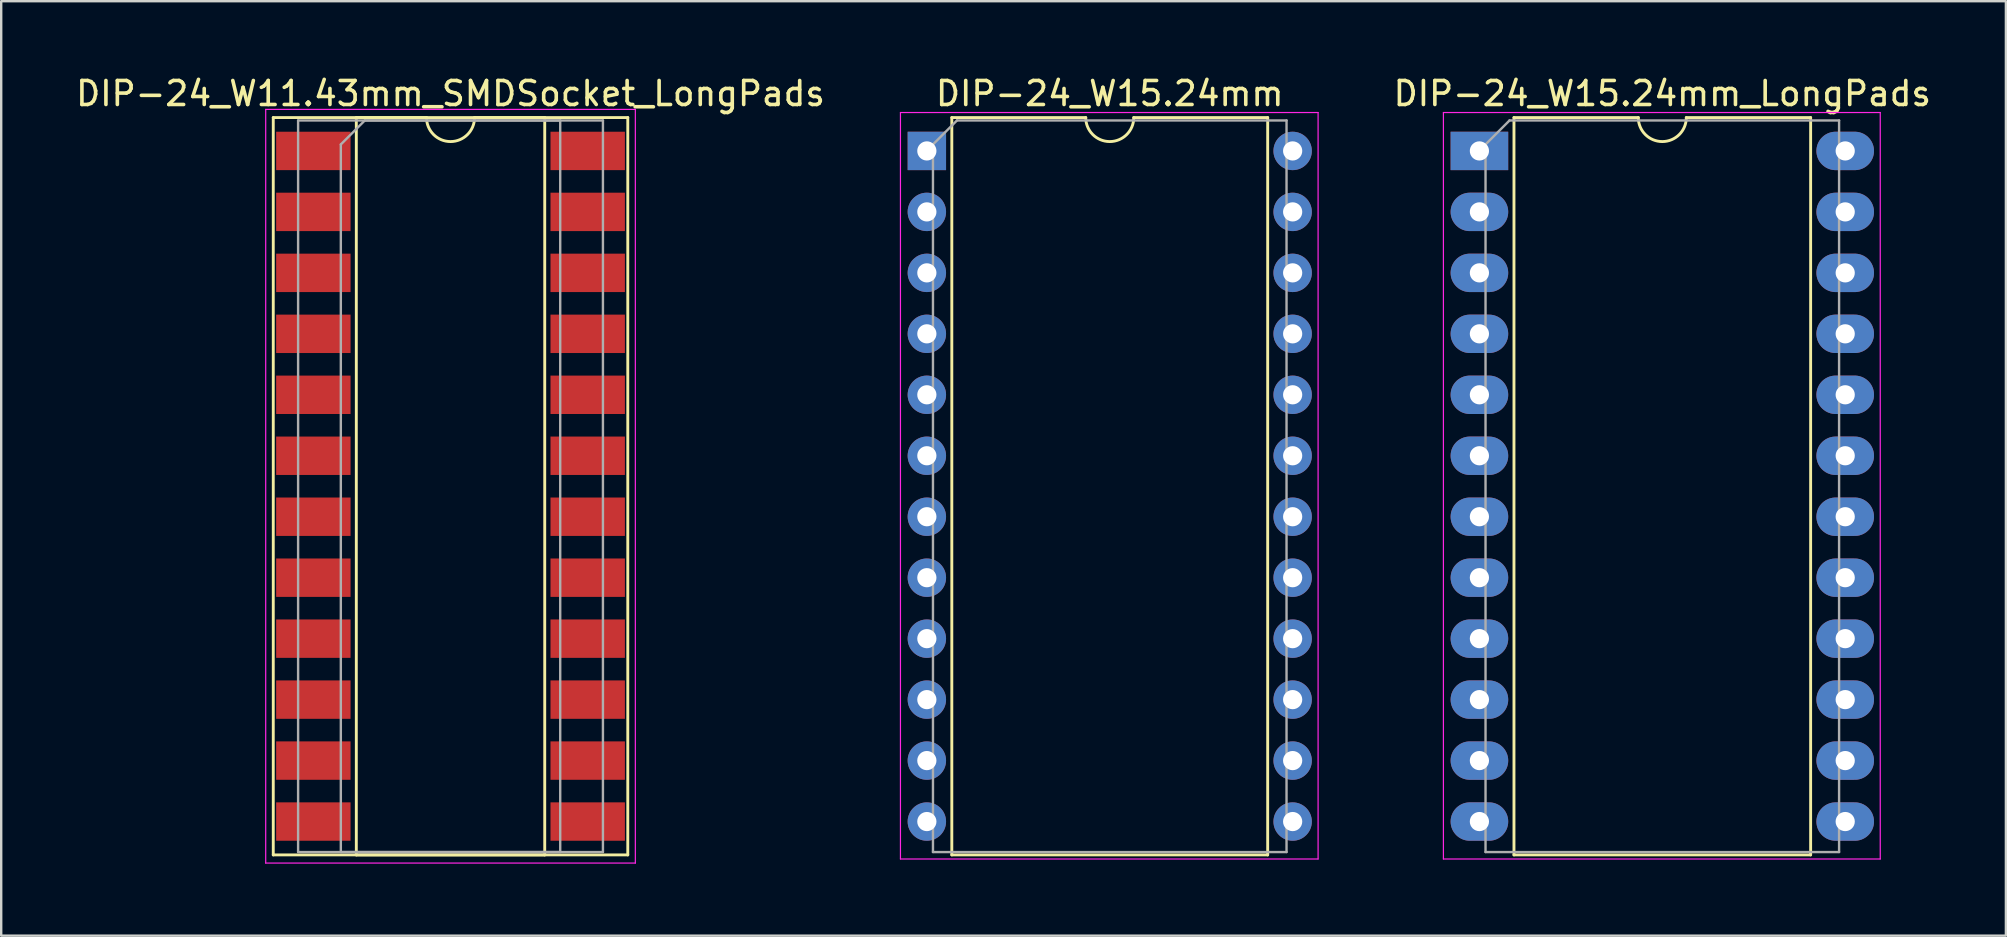
<source format=kicad_pcb>
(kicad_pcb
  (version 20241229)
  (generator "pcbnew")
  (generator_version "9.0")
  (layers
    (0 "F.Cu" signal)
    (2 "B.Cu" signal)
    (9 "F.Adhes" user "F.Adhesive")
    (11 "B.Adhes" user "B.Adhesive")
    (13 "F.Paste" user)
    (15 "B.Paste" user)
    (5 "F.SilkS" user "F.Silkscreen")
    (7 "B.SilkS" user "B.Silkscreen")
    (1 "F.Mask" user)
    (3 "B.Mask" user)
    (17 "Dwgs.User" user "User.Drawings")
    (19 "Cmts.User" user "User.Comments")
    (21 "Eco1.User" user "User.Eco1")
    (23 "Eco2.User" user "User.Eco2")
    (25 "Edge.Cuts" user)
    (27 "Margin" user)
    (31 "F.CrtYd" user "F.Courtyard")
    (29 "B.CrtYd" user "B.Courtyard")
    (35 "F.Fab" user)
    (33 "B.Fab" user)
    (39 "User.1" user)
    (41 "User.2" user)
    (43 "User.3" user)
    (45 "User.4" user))
  (footprint "DIP-24_W15.24mm"
    (layer "F.Cu")
    (at 35.565 3.238)
    (property "Reference" "DIP-24_W15.24mm" (at 7.62 -2.39 0) (layer "F.SilkS") (effects (font (size 1 1) (thickness 0.15))))
    (attr through_hole)
    (fp_line (start 1.04 -1.39) (end 1.04 29.33) (stroke (width 0.12) (type solid)) (layer "F.SilkS"))
    (fp_line (start 1.04 29.33) (end 14.2 29.33) (stroke (width 0.12) (type solid)) (layer "F.SilkS"))
    (fp_line (start 6.62 -1.39) (end 1.04 -1.39) (stroke (width 0.12) (type solid)) (layer "F.SilkS"))
    (fp_line (start 14.2 -1.39) (end 8.62 -1.39) (stroke (width 0.12) (type solid)) (layer "F.SilkS"))
    (fp_line (start 14.2 29.33) (end 14.2 -1.39) (stroke (width 0.12) (type solid)) (layer "F.SilkS"))
    (fp_arc (start 8.62 -1.39) (mid 7.62 -0.39) (end 6.62 -1.39) (stroke (width 0.12) (type solid)) (layer "F.SilkS"))
    (fp_line (start -1.1 -1.6) (end -1.1 29.5) (stroke (width 0.05) (type solid)) (layer "F.CrtYd"))
    (fp_line (start -1.1 29.5) (end 16.3 29.5) (stroke (width 0.05) (type solid)) (layer "F.CrtYd"))
    (fp_line (start 16.3 -1.6) (end -1.1 -1.6) (stroke (width 0.05) (type solid)) (layer "F.CrtYd"))
    (fp_line (start 16.3 29.5) (end 16.3 -1.6) (stroke (width 0.05) (type solid)) (layer "F.CrtYd"))
    (fp_line (start 0.255 -0.27) (end 1.255 -1.27) (stroke (width 0.1) (type solid)) (layer "F.Fab"))
    (fp_line (start 0.255 29.21) (end 0.255 -0.27) (stroke (width 0.1) (type solid)) (layer "F.Fab"))
    (fp_line (start 1.255 -1.27) (end 14.985 -1.27) (stroke (width 0.1) (type solid)) (layer "F.Fab"))
    (fp_line (start 14.985 -1.27) (end 14.985 29.21) (stroke (width 0.1) (type solid)) (layer "F.Fab"))
    (fp_line (start 14.985 29.21) (end 0.255 29.21) (stroke (width 0.1) (type solid)) (layer "F.Fab"))
    (pad "1" thru_hole rect (at 0 0) (size 1.6 1.6) (drill 0.8) (layers "*.Cu" "*.Mask"))
    (pad "2" thru_hole oval (at 0 2.54) (size 1.6 1.6) (drill 0.8) (layers "*.Cu" "*.Mask"))
    (pad "3" thru_hole oval (at 0 5.08) (size 1.6 1.6) (drill 0.8) (layers "*.Cu" "*.Mask"))
    (pad "4" thru_hole oval (at 0 7.62) (size 1.6 1.6) (drill 0.8) (layers "*.Cu" "*.Mask"))
    (pad "5" thru_hole oval (at 0 10.16) (size 1.6 1.6) (drill 0.8) (layers "*.Cu" "*.Mask"))
    (pad "6" thru_hole oval (at 0 12.7) (size 1.6 1.6) (drill 0.8) (layers "*.Cu" "*.Mask"))
    (pad "7" thru_hole oval (at 0 15.24) (size 1.6 1.6) (drill 0.8) (layers "*.Cu" "*.Mask"))
    (pad "8" thru_hole oval (at 0 17.78) (size 1.6 1.6) (drill 0.8) (layers "*.Cu" "*.Mask"))
    (pad "9" thru_hole oval (at 0 20.32) (size 1.6 1.6) (drill 0.8) (layers "*.Cu" "*.Mask"))
    (pad "10" thru_hole oval (at 0 22.86) (size 1.6 1.6) (drill 0.8) (layers "*.Cu" "*.Mask"))
    (pad "11" thru_hole oval (at 0 25.4) (size 1.6 1.6) (drill 0.8) (layers "*.Cu" "*.Mask"))
    (pad "12" thru_hole oval (at 0 27.94) (size 1.6 1.6) (drill 0.8) (layers "*.Cu" "*.Mask"))
    (pad "13" thru_hole oval (at 15.24 27.94) (size 1.6 1.6) (drill 0.8) (layers "*.Cu" "*.Mask"))
    (pad "14" thru_hole oval (at 15.24 25.4) (size 1.6 1.6) (drill 0.8) (layers "*.Cu" "*.Mask"))
    (pad "15" thru_hole oval (at 15.24 22.86) (size 1.6 1.6) (drill 0.8) (layers "*.Cu" "*.Mask"))
    (pad "16" thru_hole oval (at 15.24 20.32) (size 1.6 1.6) (drill 0.8) (layers "*.Cu" "*.Mask"))
    (pad "17" thru_hole oval (at 15.24 17.78) (size 1.6 1.6) (drill 0.8) (layers "*.Cu" "*.Mask"))
    (pad "18" thru_hole oval (at 15.24 15.24) (size 1.6 1.6) (drill 0.8) (layers "*.Cu" "*.Mask"))
    (pad "19" thru_hole oval (at 15.24 12.7) (size 1.6 1.6) (drill 0.8) (layers "*.Cu" "*.Mask"))
    (pad "20" thru_hole oval (at 15.24 10.16) (size 1.6 1.6) (drill 0.8) (layers "*.Cu" "*.Mask"))
    (pad "21" thru_hole oval (at 15.24 7.62) (size 1.6 1.6) (drill 0.8) (layers "*.Cu" "*.Mask"))
    (pad "22" thru_hole oval (at 15.24 5.08) (size 1.6 1.6) (drill 0.8) (layers "*.Cu" "*.Mask"))
    (pad "23" thru_hole oval (at 15.24 2.54) (size 1.6 1.6) (drill 0.8) (layers "*.Cu" "*.Mask"))
    (pad "24" thru_hole oval (at 15.24 0) (size 1.6 1.6) (drill 0.8) (layers "*.Cu" "*.Mask")))
  (footprint "DIP-24_W11.43mm_SMDSocket_LongPads"
    (layer "F.Cu")
    (at 15.72 17.208)
    (property "Reference" "DIP-24_W11.43mm_SMDSocket_LongPads" (at 0 -16.36 0) (layer "F.SilkS") (effects (font (size 1 1) (thickness 0.15))))
    (attr smd)
    (fp_line (start -7.385 -15.36) (end -7.385 15.36) (stroke (width 0.12) (type solid)) (layer "F.SilkS"))
    (fp_line (start -7.385 15.36) (end 7.385 15.36) (stroke (width 0.12) (type solid)) (layer "F.SilkS"))
    (fp_line (start -3.925 -15.36) (end -3.925 15.36) (stroke (width 0.12) (type solid)) (layer "F.SilkS"))
    (fp_line (start -3.925 15.36) (end 3.925 15.36) (stroke (width 0.12) (type solid)) (layer "F.SilkS"))
    (fp_line (start -1 -15.36) (end -3.925 -15.36) (stroke (width 0.12) (type solid)) (layer "F.SilkS"))
    (fp_line (start 3.925 -15.36) (end 1 -15.36) (stroke (width 0.12) (type solid)) (layer "F.SilkS"))
    (fp_line (start 3.925 15.36) (end 3.925 -15.36) (stroke (width 0.12) (type solid)) (layer "F.SilkS"))
    (fp_line (start 7.385 -15.36) (end -7.385 -15.36) (stroke (width 0.12) (type solid)) (layer "F.SilkS"))
    (fp_line (start 7.385 15.36) (end 7.385 -15.36) (stroke (width 0.12) (type solid)) (layer "F.SilkS"))
    (fp_arc (start 1 -15.36) (mid 0 -14.36) (end -1 -15.36) (stroke (width 0.12) (type solid)) (layer "F.SilkS"))
    (fp_line (start -7.7 -15.7) (end -7.7 15.7) (stroke (width 0.05) (type solid)) (layer "F.CrtYd"))
    (fp_line (start -7.7 15.7) (end 7.7 15.7) (stroke (width 0.05) (type solid)) (layer "F.CrtYd"))
    (fp_line (start 7.7 -15.7) (end -7.7 -15.7) (stroke (width 0.05) (type solid)) (layer "F.CrtYd"))
    (fp_line (start 7.7 15.7) (end 7.7 -15.7) (stroke (width 0.05) (type solid)) (layer "F.CrtYd"))
    (fp_line (start -6.35 -15.24) (end -6.35 15.24) (stroke (width 0.1) (type solid)) (layer "F.Fab"))
    (fp_line (start -6.35 15.24) (end 6.35 15.24) (stroke (width 0.1) (type solid)) (layer "F.Fab"))
    (fp_line (start -4.57 -14.24) (end -3.57 -15.24) (stroke (width 0.1) (type solid)) (layer "F.Fab"))
    (fp_line (start -4.57 15.24) (end -4.57 -14.24) (stroke (width 0.1) (type solid)) (layer "F.Fab"))
    (fp_line (start -3.57 -15.24) (end 4.57 -15.24) (stroke (width 0.1) (type solid)) (layer "F.Fab"))
    (fp_line (start 4.57 -15.24) (end 4.57 15.24) (stroke (width 0.1) (type solid)) (layer "F.Fab"))
    (fp_line (start 4.57 15.24) (end -4.57 15.24) (stroke (width 0.1) (type solid)) (layer "F.Fab"))
    (fp_line (start 6.35 -15.24) (end -6.35 -15.24) (stroke (width 0.1) (type solid)) (layer "F.Fab"))
    (fp_line (start 6.35 15.24) (end 6.35 -15.24) (stroke (width 0.1) (type solid)) (layer "F.Fab"))
    (pad "1" smd rect (at -5.715 -13.97) (size 3.1 1.6) (layers "F.Cu" "F.Mask"))
    (pad "2" smd rect (at -5.715 -11.43) (size 3.1 1.6) (layers "F.Cu" "F.Mask"))
    (pad "3" smd rect (at -5.715 -8.89) (size 3.1 1.6) (layers "F.Cu" "F.Mask"))
    (pad "4" smd rect (at -5.715 -6.35) (size 3.1 1.6) (layers "F.Cu" "F.Mask"))
    (pad "5" smd rect (at -5.715 -3.81) (size 3.1 1.6) (layers "F.Cu" "F.Mask"))
    (pad "6" smd rect (at -5.715 -1.27) (size 3.1 1.6) (layers "F.Cu" "F.Mask"))
    (pad "7" smd rect (at -5.715 1.27) (size 3.1 1.6) (layers "F.Cu" "F.Mask"))
    (pad "8" smd rect (at -5.715 3.81) (size 3.1 1.6) (layers "F.Cu" "F.Mask"))
    (pad "9" smd rect (at -5.715 6.35) (size 3.1 1.6) (layers "F.Cu" "F.Mask"))
    (pad "10" smd rect (at -5.715 8.89) (size 3.1 1.6) (layers "F.Cu" "F.Mask"))
    (pad "11" smd rect (at -5.715 11.43) (size 3.1 1.6) (layers "F.Cu" "F.Mask"))
    (pad "12" smd rect (at -5.715 13.97) (size 3.1 1.6) (layers "F.Cu" "F.Mask"))
    (pad "13" smd rect (at 5.715 13.97) (size 3.1 1.6) (layers "F.Cu" "F.Mask"))
    (pad "14" smd rect (at 5.715 11.43) (size 3.1 1.6) (layers "F.Cu" "F.Mask"))
    (pad "15" smd rect (at 5.715 8.89) (size 3.1 1.6) (layers "F.Cu" "F.Mask"))
    (pad "16" smd rect (at 5.715 6.35) (size 3.1 1.6) (layers "F.Cu" "F.Mask"))
    (pad "17" smd rect (at 5.715 3.81) (size 3.1 1.6) (layers "F.Cu" "F.Mask"))
    (pad "18" smd rect (at 5.715 1.27) (size 3.1 1.6) (layers "F.Cu" "F.Mask"))
    (pad "19" smd rect (at 5.715 -1.27) (size 3.1 1.6) (layers "F.Cu" "F.Mask"))
    (pad "20" smd rect (at 5.715 -3.81) (size 3.1 1.6) (layers "F.Cu" "F.Mask"))
    (pad "21" smd rect (at 5.715 -6.35) (size 3.1 1.6) (layers "F.Cu" "F.Mask"))
    (pad "22" smd rect (at 5.715 -8.89) (size 3.1 1.6) (layers "F.Cu" "F.Mask"))
    (pad "23" smd rect (at 5.715 -11.43) (size 3.1 1.6) (layers "F.Cu" "F.Mask"))
    (pad "24" smd rect (at 5.715 -13.97) (size 3.1 1.6) (layers "F.Cu" "F.Mask")))
  (footprint "DIP-24_W15.24mm_LongPads"
    (layer "F.Cu")
    (at 58.586 3.238)
    (property "Reference" "DIP-24_W15.24mm_LongPads" (at 7.62 -2.39 0) (layer "F.SilkS") (effects (font (size 1 1) (thickness 0.15))))
    (attr through_hole)
    (fp_line (start 1.44 -1.39) (end 1.44 29.33) (stroke (width 0.12) (type solid)) (layer "F.SilkS"))
    (fp_line (start 1.44 29.33) (end 13.8 29.33) (stroke (width 0.12) (type solid)) (layer "F.SilkS"))
    (fp_line (start 6.62 -1.39) (end 1.44 -1.39) (stroke (width 0.12) (type solid)) (layer "F.SilkS"))
    (fp_line (start 13.8 -1.39) (end 8.62 -1.39) (stroke (width 0.12) (type solid)) (layer "F.SilkS"))
    (fp_line (start 13.8 29.33) (end 13.8 -1.39) (stroke (width 0.12) (type solid)) (layer "F.SilkS"))
    (fp_arc (start 8.62 -1.39) (mid 7.62 -0.39) (end 6.62 -1.39) (stroke (width 0.12) (type solid)) (layer "F.SilkS"))
    (fp_line (start -1.5 -1.6) (end -1.5 29.5) (stroke (width 0.05) (type solid)) (layer "F.CrtYd"))
    (fp_line (start -1.5 29.5) (end 16.7 29.5) (stroke (width 0.05) (type solid)) (layer "F.CrtYd"))
    (fp_line (start 16.7 -1.6) (end -1.5 -1.6) (stroke (width 0.05) (type solid)) (layer "F.CrtYd"))
    (fp_line (start 16.7 29.5) (end 16.7 -1.6) (stroke (width 0.05) (type solid)) (layer "F.CrtYd"))
    (fp_line (start 0.255 -0.27) (end 1.255 -1.27) (stroke (width 0.1) (type solid)) (layer "F.Fab"))
    (fp_line (start 0.255 29.21) (end 0.255 -0.27) (stroke (width 0.1) (type solid)) (layer "F.Fab"))
    (fp_line (start 1.255 -1.27) (end 14.985 -1.27) (stroke (width 0.1) (type solid)) (layer "F.Fab"))
    (fp_line (start 14.985 -1.27) (end 14.985 29.21) (stroke (width 0.1) (type solid)) (layer "F.Fab"))
    (fp_line (start 14.985 29.21) (end 0.255 29.21) (stroke (width 0.1) (type solid)) (layer "F.Fab"))
    (pad "1" thru_hole rect (at 0 0) (size 2.4 1.6) (drill 0.8) (layers "*.Cu" "*.Mask"))
    (pad "2" thru_hole oval (at 0 2.54) (size 2.4 1.6) (drill 0.8) (layers "*.Cu" "*.Mask"))
    (pad "3" thru_hole oval (at 0 5.08) (size 2.4 1.6) (drill 0.8) (layers "*.Cu" "*.Mask"))
    (pad "4" thru_hole oval (at 0 7.62) (size 2.4 1.6) (drill 0.8) (layers "*.Cu" "*.Mask"))
    (pad "5" thru_hole oval (at 0 10.16) (size 2.4 1.6) (drill 0.8) (layers "*.Cu" "*.Mask"))
    (pad "6" thru_hole oval (at 0 12.7) (size 2.4 1.6) (drill 0.8) (layers "*.Cu" "*.Mask"))
    (pad "7" thru_hole oval (at 0 15.24) (size 2.4 1.6) (drill 0.8) (layers "*.Cu" "*.Mask"))
    (pad "8" thru_hole oval (at 0 17.78) (size 2.4 1.6) (drill 0.8) (layers "*.Cu" "*.Mask"))
    (pad "9" thru_hole oval (at 0 20.32) (size 2.4 1.6) (drill 0.8) (layers "*.Cu" "*.Mask"))
    (pad "10" thru_hole oval (at 0 22.86) (size 2.4 1.6) (drill 0.8) (layers "*.Cu" "*.Mask"))
    (pad "11" thru_hole oval (at 0 25.4) (size 2.4 1.6) (drill 0.8) (layers "*.Cu" "*.Mask"))
    (pad "12" thru_hole oval (at 0 27.94) (size 2.4 1.6) (drill 0.8) (layers "*.Cu" "*.Mask"))
    (pad "13" thru_hole oval (at 15.24 27.94) (size 2.4 1.6) (drill 0.8) (layers "*.Cu" "*.Mask"))
    (pad "14" thru_hole oval (at 15.24 25.4) (size 2.4 1.6) (drill 0.8) (layers "*.Cu" "*.Mask"))
    (pad "15" thru_hole oval (at 15.24 22.86) (size 2.4 1.6) (drill 0.8) (layers "*.Cu" "*.Mask"))
    (pad "16" thru_hole oval (at 15.24 20.32) (size 2.4 1.6) (drill 0.8) (layers "*.Cu" "*.Mask"))
    (pad "17" thru_hole oval (at 15.24 17.78) (size 2.4 1.6) (drill 0.8) (layers "*.Cu" "*.Mask"))
    (pad "18" thru_hole oval (at 15.24 15.24) (size 2.4 1.6) (drill 0.8) (layers "*.Cu" "*.Mask"))
    (pad "19" thru_hole oval (at 15.24 12.7) (size 2.4 1.6) (drill 0.8) (layers "*.Cu" "*.Mask"))
    (pad "20" thru_hole oval (at 15.24 10.16) (size 2.4 1.6) (drill 0.8) (layers "*.Cu" "*.Mask"))
    (pad "21" thru_hole oval (at 15.24 7.62) (size 2.4 1.6) (drill 0.8) (layers "*.Cu" "*.Mask"))
    (pad "22" thru_hole oval (at 15.24 5.08) (size 2.4 1.6) (drill 0.8) (layers "*.Cu" "*.Mask"))
    (pad "23" thru_hole oval (at 15.24 2.54) (size 2.4 1.6) (drill 0.8) (layers "*.Cu" "*.Mask"))
    (pad "24" thru_hole oval (at 15.24 0) (size 2.4 1.6) (drill 0.8) (layers "*.Cu" "*.Mask")))
  (gr_rect
    (start -3 -3)
    (end 80.521 35.933)
    (stroke (width 0.1) (type default))
    (fill no)
    (layer "Edge.Cuts")))
</source>
